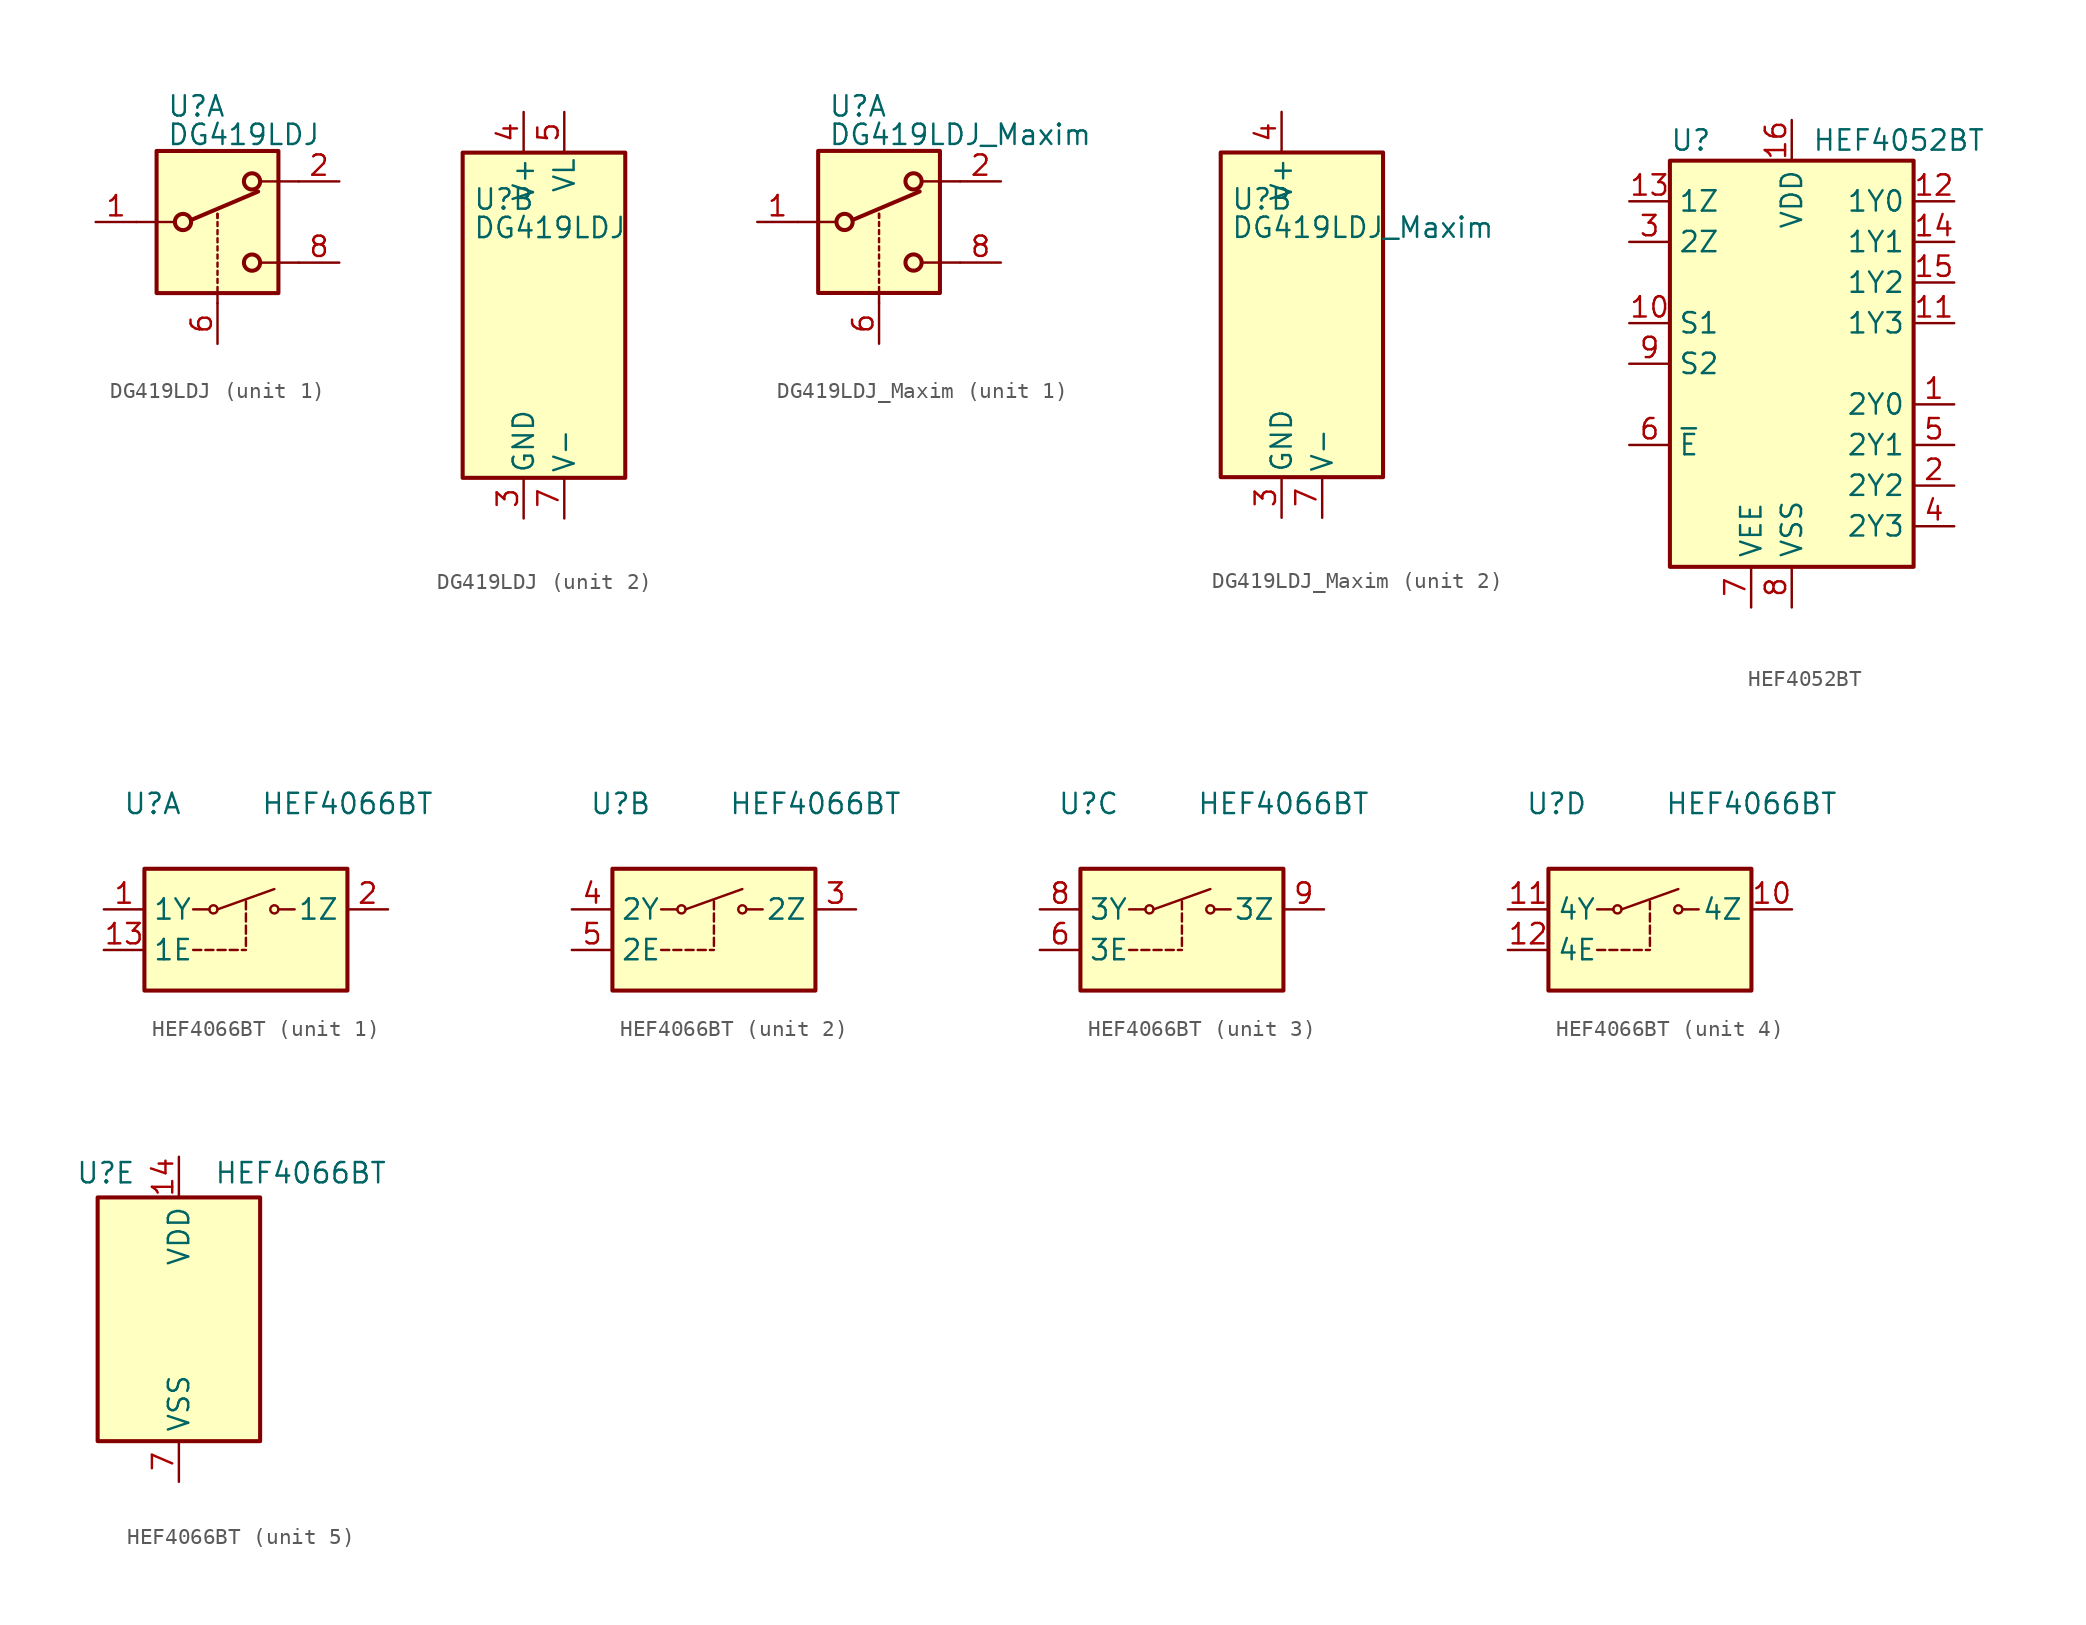
<source format=kicad_sym>
(kicad_symbol_lib
  (version 20241209)
  (generator "kicad_symbol_editor")
  (generator_version "9.0")
  (symbol "DG419LDJ"
    (pin_names
      (offset 0.254))
    (property "Reference" "U"
      (at -3.175 7.239 0)
      (effects (font (size 1.27 1.27)) (justify left)))
    (property "Value" "DG419LDJ"
      (at -3.175 5.461 0)
      (effects (font (size 1.27 1.27)) (justify left)))
    (symbol "DG419LDJ_1_1"
      (polyline (pts (xy -5.08 0) (xy -2.794 0)) (stroke (width 0) (type default)) (fill (type none)))
      (rectangle (start -3.81 4.445) (end 3.81 -4.445) (stroke (width 0.254) (type default)) (fill (type background)))
      (circle (center -2.159 0) (radius 0.508) (stroke (width 0.254) (type default)) (fill (type none)))
      (polyline (pts (xy -1.651 0.127) (xy 2.54 1.905)) (stroke (width 0.254) (type default)) (fill (type none)))
      (polyline (pts (xy 0 0.254) (xy 0 0.508)) (stroke (width 0) (type default)) (fill (type none)))
      (polyline (pts (xy 0 0.254) (xy 0 0.508)) (stroke (width 0) (type default)) (fill (type none)))
      (polyline (pts (xy 0 -0.254) (xy 0 0)) (stroke (width 0) (type default)) (fill (type none)))
      (polyline (pts (xy 0 -0.762) (xy 0 -0.508)) (stroke (width 0) (type default)) (fill (type none)))
      (polyline (pts (xy 0 -1.27) (xy 0 -1.016)) (stroke (width 0) (type default)) (fill (type none)))
      (polyline (pts (xy 0 -1.778) (xy 0 -1.524)) (stroke (width 0) (type default)) (fill (type none)))
      (polyline (pts (xy 0 -2.286) (xy 0 -2.032)) (stroke (width 0) (type default)) (fill (type none)))
      (polyline (pts (xy 0 -2.794) (xy 0 -2.54)) (stroke (width 0) (type default)) (fill (type none)))
      (polyline (pts (xy 0 -3.302) (xy 0 -3.048)) (stroke (width 0) (type default)) (fill (type none)))
      (polyline (pts (xy 0 -3.81) (xy 0 -3.556)) (stroke (width 0) (type default)) (fill (type none)))
      (polyline (pts (xy 0 -4.318) (xy 0 -4.064)) (stroke (width 0) (type default)) (fill (type none)))
      (polyline (pts (xy 0 -5.08) (xy 0 -4.572)) (stroke (width 0) (type default)) (fill (type none)))
      (circle (center 2.159 2.54) (radius 0.508) (stroke (width 0.254) (type default)) (fill (type none)))
      (circle (center 2.159 -2.54) (radius 0.508) (stroke (width 0.254) (type default)) (fill (type none)))
      (polyline (pts (xy 5.08 2.54) (xy 2.794 2.54)) (stroke (width 0) (type default)) (fill (type none)))
      (polyline (pts (xy 5.08 -2.54) (xy 2.794 -2.54)) (stroke (width 0) (type default)) (fill (type none)))
      (pin passive line (at -7.62 0 0) (length 2.54) (name "~" (effects (font (size 1.27 1.27)))) (number "1" (effects (font (size 1.27 1.27)))))
      (pin input line (at 0 -7.62 90) (length 2.54) (name "~" (effects (font (size 1.27 1.27)))) (number "6" (effects (font (size 1.27 1.27)))))
      (pin passive line (at 7.62 2.54 180) (length 2.54) (name "~" (effects (font (size 1.27 1.27)))) (number "2" (effects (font (size 1.27 1.27)))))
      (pin passive line (at 7.62 -2.54 180) (length 2.54) (name "~" (effects (font (size 1.27 1.27)))) (number "8" (effects (font (size 1.27 1.27))))))
    (symbol "DG419LDJ_2_0"
      (pin power_in line (at 0 12.7 270) (length 2.54) (name "V+" (effects (font (size 1.27 1.27)))) (number "4" (effects (font (size 1.27 1.27)))))
      (pin power_in line (at 0 -12.7 90) (length 2.54) (name "GND" (effects (font (size 1.27 1.27)))) (number "3" (effects (font (size 1.27 1.27)))))
      (pin power_in line (at 2.54 12.7 270) (length 2.54) (name "VL" (effects (font (size 1.27 1.27)))) (number "5" (effects (font (size 1.27 1.27)))))
      (pin power_in line (at 2.54 -12.7 90) (length 2.54) (name "V-" (effects (font (size 1.27 1.27)))) (number "7" (effects (font (size 1.27 1.27))))))
    (symbol "DG419LDJ_2_1"
      (rectangle (start -3.81 10.16) (end 6.35 -10.16) (stroke (width 0.254) (type default)) (fill (type background)))))
  (symbol "DG419LDJ_Maxim"
    (pin_names
      (offset 0.254))
    (property "Reference" "U"
      (at -3.175 7.239 0)
      (effects (font (size 1.27 1.27)) (justify left)))
    (property "Value" "DG419LDJ_Maxim"
      (at -3.175 5.461 0)
      (effects (font (size 1.27 1.27)) (justify left)))
    (symbol "DG419LDJ_Maxim_1_1"
      (polyline (pts (xy -5.08 0) (xy -2.794 0)) (stroke (width 0) (type default)) (fill (type none)))
      (rectangle (start -3.81 4.445) (end 3.81 -4.445) (stroke (width 0.254) (type default)) (fill (type background)))
      (circle (center -2.159 0) (radius 0.508) (stroke (width 0.254) (type default)) (fill (type none)))
      (polyline (pts (xy -1.651 0.127) (xy 2.54 1.905)) (stroke (width 0.254) (type default)) (fill (type none)))
      (polyline (pts (xy 0 0.254) (xy 0 0.508)) (stroke (width 0) (type default)) (fill (type none)))
      (polyline (pts (xy 0 0.254) (xy 0 0.508)) (stroke (width 0) (type default)) (fill (type none)))
      (polyline (pts (xy 0 -0.254) (xy 0 0)) (stroke (width 0) (type default)) (fill (type none)))
      (polyline (pts (xy 0 -0.762) (xy 0 -0.508)) (stroke (width 0) (type default)) (fill (type none)))
      (polyline (pts (xy 0 -1.27) (xy 0 -1.016)) (stroke (width 0) (type default)) (fill (type none)))
      (polyline (pts (xy 0 -1.778) (xy 0 -1.524)) (stroke (width 0) (type default)) (fill (type none)))
      (polyline (pts (xy 0 -2.286) (xy 0 -2.032)) (stroke (width 0) (type default)) (fill (type none)))
      (polyline (pts (xy 0 -2.794) (xy 0 -2.54)) (stroke (width 0) (type default)) (fill (type none)))
      (polyline (pts (xy 0 -3.302) (xy 0 -3.048)) (stroke (width 0) (type default)) (fill (type none)))
      (polyline (pts (xy 0 -3.81) (xy 0 -3.556)) (stroke (width 0) (type default)) (fill (type none)))
      (polyline (pts (xy 0 -4.318) (xy 0 -4.064)) (stroke (width 0) (type default)) (fill (type none)))
      (polyline (pts (xy 0 -5.08) (xy 0 -4.572)) (stroke (width 0) (type default)) (fill (type none)))
      (circle (center 2.159 2.54) (radius 0.508) (stroke (width 0.254) (type default)) (fill (type none)))
      (circle (center 2.159 -2.54) (radius 0.508) (stroke (width 0.254) (type default)) (fill (type none)))
      (polyline (pts (xy 5.08 2.54) (xy 2.794 2.54)) (stroke (width 0) (type default)) (fill (type none)))
      (polyline (pts (xy 5.08 -2.54) (xy 2.794 -2.54)) (stroke (width 0) (type default)) (fill (type none)))
      (pin passive line (at -7.62 0 0) (length 2.54) (name "~" (effects (font (size 1.27 1.27)))) (number "1" (effects (font (size 1.27 1.27)))))
      (pin input line (at 0 -7.62 90) (length 2.54) (name "~" (effects (font (size 1.27 1.27)))) (number "6" (effects (font (size 1.27 1.27)))))
      (pin passive line (at 7.62 2.54 180) (length 2.54) (name "~" (effects (font (size 1.27 1.27)))) (number "2" (effects (font (size 1.27 1.27)))))
      (pin passive line (at 7.62 -2.54 180) (length 2.54) (name "~" (effects (font (size 1.27 1.27)))) (number "8" (effects (font (size 1.27 1.27))))))
    (symbol "DG419LDJ_Maxim_2_0"
      (pin power_in line (at 0 12.7 270) (length 2.54) (name "V+" (effects (font (size 1.27 1.27)))) (number "4" (effects (font (size 1.27 1.27)))))
      (pin power_in line (at 0 -12.7 90) (length 2.54) (name "GND" (effects (font (size 1.27 1.27)))) (number "3" (effects (font (size 1.27 1.27)))))
      (pin no_connect line (at 2.54 10.16 270) (length 2.54) (hide yes) (name "NC" (effects (font (size 1.27 1.27)))) (number "5" (effects (font (size 1.27 1.27)))))
      (pin power_in line (at 2.54 -12.7 90) (length 2.54) (name "V-" (effects (font (size 1.27 1.27)))) (number "7" (effects (font (size 1.27 1.27))))))
    (symbol "DG419LDJ_Maxim_2_1"
      (rectangle (start -3.81 10.16) (end 6.35 -10.16) (stroke (width 0.254) (type default)) (fill (type background)))))
  (symbol "HEF4052BT"
    (property "Reference" "U"
      (at -7.62 13.97 0)
      (effects (font (size 1.27 1.27)) (justify left)))
    (property "Value" "HEF4052BT"
      (at 1.27 13.97 0)
      (effects (font (size 1.27 1.27)) (justify left)))
    (symbol "HEF4052BT_0_1"
      (rectangle (start -7.62 12.7) (end 7.62 -12.7) (stroke (width 0.254) (type default)) (fill (type background))))
    (symbol "HEF4052BT_1_1"
      (pin passive line (at -10.16 10.16 0) (length 2.54) (name "1Z" (effects (font (size 1.27 1.27)))) (number "13" (effects (font (size 1.27 1.27)))))
      (pin passive line (at -10.16 7.62 0) (length 2.54) (name "2Z" (effects (font (size 1.27 1.27)))) (number "3" (effects (font (size 1.27 1.27)))))
      (pin input line (at -10.16 2.54 0) (length 2.54) (name "S1" (effects (font (size 1.27 1.27)))) (number "10" (effects (font (size 1.27 1.27)))))
      (pin input line (at -10.16 0 0) (length 2.54) (name "S2" (effects (font (size 1.27 1.27)))) (number "9" (effects (font (size 1.27 1.27)))))
      (pin input line (at -10.16 -5.08 0) (length 2.54) (name "~{E}" (effects (font (size 1.27 1.27)))) (number "6" (effects (font (size 1.27 1.27)))))
      (pin power_in line (at -2.54 -15.24 90) (length 2.54) (name "VEE" (effects (font (size 1.27 1.27)))) (number "7" (effects (font (size 1.27 1.27)))))
      (pin power_in line (at 0 15.24 270) (length 2.54) (name "VDD" (effects (font (size 1.27 1.27)))) (number "16" (effects (font (size 1.27 1.27)))))
      (pin power_in line (at 0 -15.24 90) (length 2.54) (name "VSS" (effects (font (size 1.27 1.27)))) (number "8" (effects (font (size 1.27 1.27)))))
      (pin passive line (at 10.16 10.16 180) (length 2.54) (name "1Y0" (effects (font (size 1.27 1.27)))) (number "12" (effects (font (size 1.27 1.27)))))
      (pin passive line (at 10.16 7.62 180) (length 2.54) (name "1Y1" (effects (font (size 1.27 1.27)))) (number "14" (effects (font (size 1.27 1.27)))))
      (pin passive line (at 10.16 5.08 180) (length 2.54) (name "1Y2" (effects (font (size 1.27 1.27)))) (number "15" (effects (font (size 1.27 1.27)))))
      (pin passive line (at 10.16 2.54 180) (length 2.54) (name "1Y3" (effects (font (size 1.27 1.27)))) (number "11" (effects (font (size 1.27 1.27)))))
      (pin passive line (at 10.16 -2.54 180) (length 2.54) (name "2Y0" (effects (font (size 1.27 1.27)))) (number "1" (effects (font (size 1.27 1.27)))))
      (pin passive line (at 10.16 -5.08 180) (length 2.54) (name "2Y1" (effects (font (size 1.27 1.27)))) (number "5" (effects (font (size 1.27 1.27)))))
      (pin passive line (at 10.16 -7.62 180) (length 2.54) (name "2Y2" (effects (font (size 1.27 1.27)))) (number "2" (effects (font (size 1.27 1.27)))))
      (pin passive line (at 10.16 -10.16 180) (length 2.54) (name "2Y3" (effects (font (size 1.27 1.27)))) (number "4" (effects (font (size 1.27 1.27)))))))
  (symbol "HEF4066BT"
    (property "Reference" "U"
      (at -4.572 9.144 0)
      (effects (font (size 1.27 1.27))))
    (property "Value" "HEF4066BT"
      (at 7.62 9.144 0)
      (effects (font (size 1.27 1.27))))
    (property "ki_locked" ""
      (at 0 0 0)
      (effects (font (size 1.27 1.27))))
    (symbol "HEF4066BT_1_1"
      (rectangle (start -5.08 5.08) (end 7.62 -2.54) (stroke (width 0.254) (type default)) (fill (type background)))
      (polyline (pts (xy -2.032 2.54) (xy -1.016 2.54)) (stroke (width 0) (type default)) (fill (type none)))
      (polyline (pts (xy -2.032 0) (xy -1.524 0)) (stroke (width 0) (type default)) (fill (type none)))
      (polyline (pts (xy -1.27 0) (xy -0.762 0)) (stroke (width 0) (type default)) (fill (type none)))
      (circle (center -0.762 2.54) (radius 0.254) (stroke (width 0) (type default)) (fill (type none)))
      (polyline (pts (xy -0.508 2.54) (xy 3.048 3.81)) (stroke (width 0) (type default)) (fill (type none)))
      (polyline (pts (xy -0.508 0) (xy 0 0)) (stroke (width 0) (type default)) (fill (type none)))
      (polyline (pts (xy 0.254 0) (xy 0.762 0)) (stroke (width 0) (type default)) (fill (type none)))
      (polyline (pts (xy 1.016 0) (xy 1.27 0)) (stroke (width 0) (type default)) (fill (type none)))
      (polyline (pts (xy 1.27 2.54) (xy 1.27 3.048)) (stroke (width 0) (type default)) (fill (type none)))
      (polyline (pts (xy 1.27 1.778) (xy 1.27 2.286)) (stroke (width 0) (type default)) (fill (type none)))
      (polyline (pts (xy 1.27 1.016) (xy 1.27 1.524)) (stroke (width 0) (type default)) (fill (type none)))
      (polyline (pts (xy 1.27 0.254) (xy 1.27 0.762)) (stroke (width 0) (type default)) (fill (type none)))
      (circle (center 3.048 2.54) (radius 0.254) (stroke (width 0) (type default)) (fill (type none)))
      (polyline (pts (xy 4.318 2.54) (xy 3.302 2.54)) (stroke (width 0) (type default)) (fill (type none)))
      (pin passive line (at -7.62 2.54 0) (length 2.54) (name "1Y" (effects (font (size 1.27 1.27)))) (number "1" (effects (font (size 1.27 1.27)))))
      (pin input line (at -7.62 0 0) (length 2.54) (name "1E" (effects (font (size 1.27 1.27)))) (number "13" (effects (font (size 1.27 1.27)))))
      (pin passive line (at 10.16 2.54 180) (length 2.54) (name "1Z" (effects (font (size 1.27 1.27)))) (number "2" (effects (font (size 1.27 1.27))))))
    (symbol "HEF4066BT_2_1"
      (rectangle (start -5.08 5.08) (end 7.62 -2.54) (stroke (width 0.254) (type default)) (fill (type background)))
      (polyline (pts (xy -2.032 2.54) (xy -1.016 2.54)) (stroke (width 0) (type default)) (fill (type none)))
      (polyline (pts (xy -2.032 0) (xy -1.524 0)) (stroke (width 0) (type default)) (fill (type none)))
      (polyline (pts (xy -1.27 0) (xy -0.762 0)) (stroke (width 0) (type default)) (fill (type none)))
      (circle (center -0.762 2.54) (radius 0.254) (stroke (width 0) (type default)) (fill (type none)))
      (polyline (pts (xy -0.508 2.54) (xy 3.048 3.81)) (stroke (width 0) (type default)) (fill (type none)))
      (polyline (pts (xy -0.508 0) (xy 0 0)) (stroke (width 0) (type default)) (fill (type none)))
      (polyline (pts (xy 0.254 0) (xy 0.762 0)) (stroke (width 0) (type default)) (fill (type none)))
      (polyline (pts (xy 1.016 0) (xy 1.27 0)) (stroke (width 0) (type default)) (fill (type none)))
      (polyline (pts (xy 1.27 2.54) (xy 1.27 3.048)) (stroke (width 0) (type default)) (fill (type none)))
      (polyline (pts (xy 1.27 1.778) (xy 1.27 2.286)) (stroke (width 0) (type default)) (fill (type none)))
      (polyline (pts (xy 1.27 1.016) (xy 1.27 1.524)) (stroke (width 0) (type default)) (fill (type none)))
      (polyline (pts (xy 1.27 0.254) (xy 1.27 0.762)) (stroke (width 0) (type default)) (fill (type none)))
      (circle (center 3.048 2.54) (radius 0.254) (stroke (width 0) (type default)) (fill (type none)))
      (polyline (pts (xy 4.318 2.54) (xy 3.302 2.54)) (stroke (width 0) (type default)) (fill (type none)))
      (pin passive line (at -7.62 2.54 0) (length 2.54) (name "2Y" (effects (font (size 1.27 1.27)))) (number "4" (effects (font (size 1.27 1.27)))))
      (pin input line (at -7.62 0 0) (length 2.54) (name "2E" (effects (font (size 1.27 1.27)))) (number "5" (effects (font (size 1.27 1.27)))))
      (pin passive line (at 10.16 2.54 180) (length 2.54) (name "2Z" (effects (font (size 1.27 1.27)))) (number "3" (effects (font (size 1.27 1.27))))))
    (symbol "HEF4066BT_3_1"
      (rectangle (start -5.08 5.08) (end 7.62 -2.54) (stroke (width 0.254) (type default)) (fill (type background)))
      (polyline (pts (xy -2.032 2.54) (xy -1.016 2.54)) (stroke (width 0) (type default)) (fill (type none)))
      (polyline (pts (xy -2.032 0) (xy -1.524 0)) (stroke (width 0) (type default)) (fill (type none)))
      (polyline (pts (xy -1.27 0) (xy -0.762 0)) (stroke (width 0) (type default)) (fill (type none)))
      (circle (center -0.762 2.54) (radius 0.254) (stroke (width 0) (type default)) (fill (type none)))
      (polyline (pts (xy -0.508 2.54) (xy 3.048 3.81)) (stroke (width 0) (type default)) (fill (type none)))
      (polyline (pts (xy -0.508 0) (xy 0 0)) (stroke (width 0) (type default)) (fill (type none)))
      (polyline (pts (xy 0.254 0) (xy 0.762 0)) (stroke (width 0) (type default)) (fill (type none)))
      (polyline (pts (xy 1.016 0) (xy 1.27 0)) (stroke (width 0) (type default)) (fill (type none)))
      (polyline (pts (xy 1.27 2.54) (xy 1.27 3.048)) (stroke (width 0) (type default)) (fill (type none)))
      (polyline (pts (xy 1.27 1.778) (xy 1.27 2.286)) (stroke (width 0) (type default)) (fill (type none)))
      (polyline (pts (xy 1.27 1.016) (xy 1.27 1.524)) (stroke (width 0) (type default)) (fill (type none)))
      (polyline (pts (xy 1.27 0.254) (xy 1.27 0.762)) (stroke (width 0) (type default)) (fill (type none)))
      (circle (center 3.048 2.54) (radius 0.254) (stroke (width 0) (type default)) (fill (type none)))
      (polyline (pts (xy 4.318 2.54) (xy 3.302 2.54)) (stroke (width 0) (type default)) (fill (type none)))
      (pin passive line (at -7.62 2.54 0) (length 2.54) (name "3Y" (effects (font (size 1.27 1.27)))) (number "8" (effects (font (size 1.27 1.27)))))
      (pin input line (at -7.62 0 0) (length 2.54) (name "3E" (effects (font (size 1.27 1.27)))) (number "6" (effects (font (size 1.27 1.27)))))
      (pin passive line (at 10.16 2.54 180) (length 2.54) (name "3Z" (effects (font (size 1.27 1.27)))) (number "9" (effects (font (size 1.27 1.27))))))
    (symbol "HEF4066BT_4_1"
      (rectangle (start -5.08 5.08) (end 7.62 -2.54) (stroke (width 0.254) (type default)) (fill (type background)))
      (polyline (pts (xy -2.032 2.54) (xy -1.016 2.54)) (stroke (width 0) (type default)) (fill (type none)))
      (polyline (pts (xy -2.032 0) (xy -1.524 0)) (stroke (width 0) (type default)) (fill (type none)))
      (polyline (pts (xy -1.27 0) (xy -0.762 0)) (stroke (width 0) (type default)) (fill (type none)))
      (circle (center -0.762 2.54) (radius 0.254) (stroke (width 0) (type default)) (fill (type none)))
      (polyline (pts (xy -0.508 2.54) (xy 3.048 3.81)) (stroke (width 0) (type default)) (fill (type none)))
      (polyline (pts (xy -0.508 0) (xy 0 0)) (stroke (width 0) (type default)) (fill (type none)))
      (polyline (pts (xy 0.254 0) (xy 0.762 0)) (stroke (width 0) (type default)) (fill (type none)))
      (polyline (pts (xy 1.016 0) (xy 1.27 0)) (stroke (width 0) (type default)) (fill (type none)))
      (polyline (pts (xy 1.27 2.54) (xy 1.27 3.048)) (stroke (width 0) (type default)) (fill (type none)))
      (polyline (pts (xy 1.27 1.778) (xy 1.27 2.286)) (stroke (width 0) (type default)) (fill (type none)))
      (polyline (pts (xy 1.27 1.016) (xy 1.27 1.524)) (stroke (width 0) (type default)) (fill (type none)))
      (polyline (pts (xy 1.27 0.254) (xy 1.27 0.762)) (stroke (width 0) (type default)) (fill (type none)))
      (circle (center 3.048 2.54) (radius 0.254) (stroke (width 0) (type default)) (fill (type none)))
      (polyline (pts (xy 4.318 2.54) (xy 3.302 2.54)) (stroke (width 0) (type default)) (fill (type none)))
      (pin passive line (at -7.62 2.54 0) (length 2.54) (name "4Y" (effects (font (size 1.27 1.27)))) (number "11" (effects (font (size 1.27 1.27)))))
      (pin input line (at -7.62 0 0) (length 2.54) (name "4E" (effects (font (size 1.27 1.27)))) (number "12" (effects (font (size 1.27 1.27)))))
      (pin passive line (at 10.16 2.54 180) (length 2.54) (name "4Z" (effects (font (size 1.27 1.27)))) (number "10" (effects (font (size 1.27 1.27))))))
    (symbol "HEF4066BT_5_1"
      (rectangle (start -5.08 7.62) (end 5.08 -7.62) (stroke (width 0.254) (type default)) (fill (type background)))
      (pin power_in line (at 0 10.16 270) (length 2.54) (name "VDD" (effects (font (size 1.27 1.27)))) (number "14" (effects (font (size 1.27 1.27)))))
      (pin power_in line (at 0 -10.16 90) (length 2.54) (name "VSS" (effects (font (size 1.27 1.27)))) (number "7" (effects (font (size 1.27 1.27))))))))
</source>
